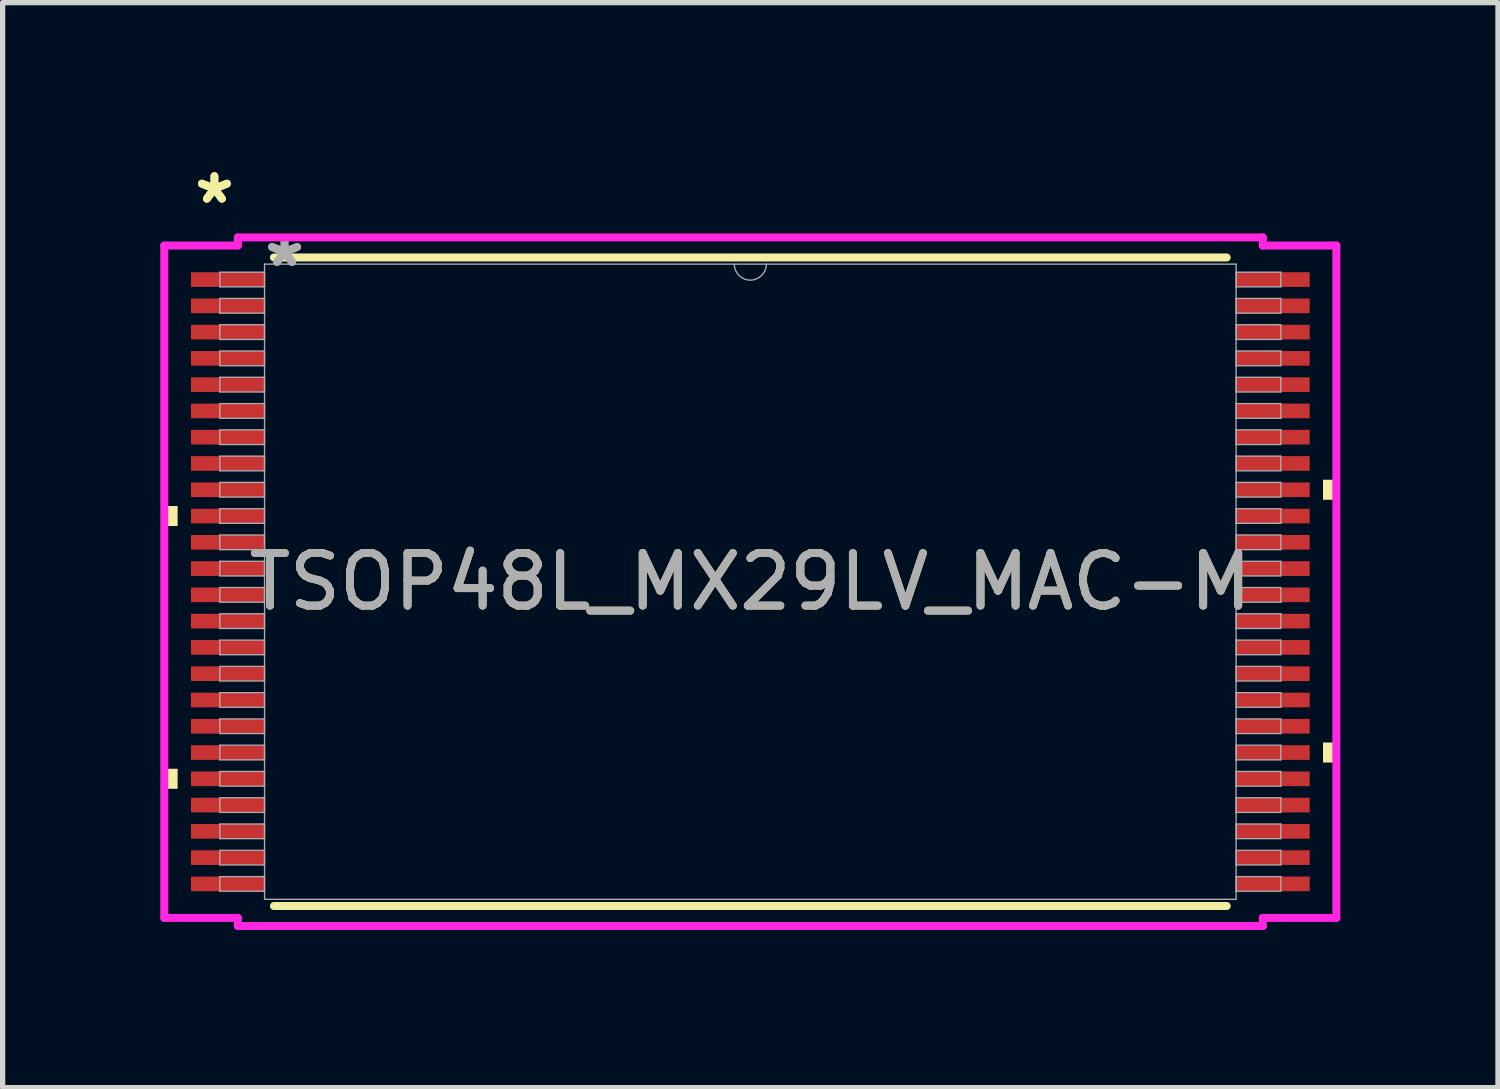
<source format=kicad_pcb>
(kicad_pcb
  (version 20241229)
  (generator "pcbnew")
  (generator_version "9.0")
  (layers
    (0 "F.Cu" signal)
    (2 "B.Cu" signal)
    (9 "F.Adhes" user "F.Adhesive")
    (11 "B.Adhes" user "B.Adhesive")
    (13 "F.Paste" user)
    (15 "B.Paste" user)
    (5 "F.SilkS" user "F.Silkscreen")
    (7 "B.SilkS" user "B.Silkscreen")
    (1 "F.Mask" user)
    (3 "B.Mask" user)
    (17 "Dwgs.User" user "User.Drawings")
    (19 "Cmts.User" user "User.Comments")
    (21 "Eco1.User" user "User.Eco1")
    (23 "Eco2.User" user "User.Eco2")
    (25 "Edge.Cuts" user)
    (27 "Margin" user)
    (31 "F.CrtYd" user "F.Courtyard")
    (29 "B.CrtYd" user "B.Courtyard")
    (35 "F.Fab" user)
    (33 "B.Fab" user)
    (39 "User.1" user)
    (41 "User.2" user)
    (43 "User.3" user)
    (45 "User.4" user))
  (footprint "TSOP48L_MX29LV_MAC-M"
    (layer "F.Cu")
    (at 11.231 8.022)
    (property "Reference" "TSOP48L_MX29LV_MAC-M" (at 0 0 0) (unlocked yes) (layer "F.SilkS") (effects (font (size 1 1) (thickness 0.15))))
    (attr smd)
    (fp_line (start -9.067 6.172) (end 9.067 6.172) (stroke (width 0.152) (type solid)) (layer "F.SilkS"))
    (fp_line (start 9.067 -6.172) (end -9.067 -6.172) (stroke (width 0.152) (type solid)) (layer "F.SilkS"))
    (fp_poly (pts (xy -11.154 -1.441) (xy -11.154 -1.06) (xy -10.9 -1.06) (xy -10.9 -1.441)) (stroke (width 0) (type solid)) (fill yes) (layer "F.SilkS"))
    (fp_poly (pts (xy -11.154 3.56) (xy -11.154 3.941) (xy -10.9 3.941) (xy -10.9 3.56)) (stroke (width 0) (type solid)) (fill yes) (layer "F.SilkS"))
    (fp_poly (pts (xy 11.154 -1.941) (xy 11.154 -1.56) (xy 10.9 -1.56) (xy 10.9 -1.941)) (stroke (width 0) (type solid)) (fill yes) (layer "F.SilkS"))
    (fp_poly (pts (xy 11.154 3.06) (xy 11.154 3.441) (xy 10.9 3.441) (xy 10.9 3.06)) (stroke (width 0) (type solid)) (fill yes) (layer "F.SilkS"))
    (fp_line (start -11.154 -6.399) (end -9.754 -6.399) (stroke (width 0.152) (type solid)) (layer "F.CrtYd"))
    (fp_line (start -11.154 6.399) (end -11.154 -6.399) (stroke (width 0.152) (type solid)) (layer "F.CrtYd"))
    (fp_line (start -11.154 6.399) (end -9.754 6.399) (stroke (width 0.152) (type solid)) (layer "F.CrtYd"))
    (fp_line (start -9.754 -6.553) (end 9.754 -6.553) (stroke (width 0.152) (type solid)) (layer "F.CrtYd"))
    (fp_line (start -9.754 -6.399) (end -9.754 -6.553) (stroke (width 0.152) (type solid)) (layer "F.CrtYd"))
    (fp_line (start -9.754 6.553) (end -9.754 6.399) (stroke (width 0.152) (type solid)) (layer "F.CrtYd"))
    (fp_line (start 9.754 -6.553) (end 9.754 -6.399) (stroke (width 0.152) (type solid)) (layer "F.CrtYd"))
    (fp_line (start 9.754 6.399) (end 9.754 6.553) (stroke (width 0.152) (type solid)) (layer "F.CrtYd"))
    (fp_line (start 9.754 6.553) (end -9.754 6.553) (stroke (width 0.152) (type solid)) (layer "F.CrtYd"))
    (fp_line (start 11.154 -6.399) (end 9.754 -6.399) (stroke (width 0.152) (type solid)) (layer "F.CrtYd"))
    (fp_line (start 11.154 -6.399) (end 11.154 6.399) (stroke (width 0.152) (type solid)) (layer "F.CrtYd"))
    (fp_line (start 11.154 6.399) (end 9.754 6.399) (stroke (width 0.152) (type solid)) (layer "F.CrtYd"))
    (fp_line (start -10.097 -5.891) (end -10.097 -5.612) (stroke (width 0.025) (type solid)) (layer "F.Fab"))
    (fp_line (start -10.097 -5.612) (end -9.246 -5.612) (stroke (width 0.025) (type solid)) (layer "F.Fab"))
    (fp_line (start -10.097 -5.391) (end -10.097 -5.112) (stroke (width 0.025) (type solid)) (layer "F.Fab"))
    (fp_line (start -10.097 -5.112) (end -9.246 -5.112) (stroke (width 0.025) (type solid)) (layer "F.Fab"))
    (fp_line (start -10.097 -4.891) (end -10.097 -4.611) (stroke (width 0.025) (type solid)) (layer "F.Fab"))
    (fp_line (start -10.097 -4.611) (end -9.246 -4.611) (stroke (width 0.025) (type solid)) (layer "F.Fab"))
    (fp_line (start -10.097 -4.391) (end -10.097 -4.111) (stroke (width 0.025) (type solid)) (layer "F.Fab"))
    (fp_line (start -10.097 -4.111) (end -9.246 -4.111) (stroke (width 0.025) (type solid)) (layer "F.Fab"))
    (fp_line (start -10.097 -3.891) (end -10.097 -3.611) (stroke (width 0.025) (type solid)) (layer "F.Fab"))
    (fp_line (start -10.097 -3.611) (end -9.246 -3.611) (stroke (width 0.025) (type solid)) (layer "F.Fab"))
    (fp_line (start -10.097 -3.391) (end -10.097 -3.111) (stroke (width 0.025) (type solid)) (layer "F.Fab"))
    (fp_line (start -10.097 -3.111) (end -9.246 -3.111) (stroke (width 0.025) (type solid)) (layer "F.Fab"))
    (fp_line (start -10.097 -2.89) (end -10.097 -2.611) (stroke (width 0.025) (type solid)) (layer "F.Fab"))
    (fp_line (start -10.097 -2.611) (end -9.246 -2.611) (stroke (width 0.025) (type solid)) (layer "F.Fab"))
    (fp_line (start -10.097 -2.39) (end -10.097 -2.111) (stroke (width 0.025) (type solid)) (layer "F.Fab"))
    (fp_line (start -10.097 -2.111) (end -9.246 -2.111) (stroke (width 0.025) (type solid)) (layer "F.Fab"))
    (fp_line (start -10.097 -1.89) (end -10.097 -1.611) (stroke (width 0.025) (type solid)) (layer "F.Fab"))
    (fp_line (start -10.097 -1.611) (end -9.246 -1.611) (stroke (width 0.025) (type solid)) (layer "F.Fab"))
    (fp_line (start -10.097 -1.39) (end -10.097 -1.111) (stroke (width 0.025) (type solid)) (layer "F.Fab"))
    (fp_line (start -10.097 -1.111) (end -9.246 -1.111) (stroke (width 0.025) (type solid)) (layer "F.Fab"))
    (fp_line (start -10.097 -0.89) (end -10.097 -0.61) (stroke (width 0.025) (type solid)) (layer "F.Fab"))
    (fp_line (start -10.097 -0.61) (end -9.246 -0.61) (stroke (width 0.025) (type solid)) (layer "F.Fab"))
    (fp_line (start -10.097 -0.39) (end -10.097 -0.11) (stroke (width 0.025) (type solid)) (layer "F.Fab"))
    (fp_line (start -10.097 -0.11) (end -9.246 -0.11) (stroke (width 0.025) (type solid)) (layer "F.Fab"))
    (fp_line (start -10.097 0.11) (end -10.097 0.39) (stroke (width 0.025) (type solid)) (layer "F.Fab"))
    (fp_line (start -10.097 0.39) (end -9.246 0.39) (stroke (width 0.025) (type solid)) (layer "F.Fab"))
    (fp_line (start -10.097 0.61) (end -10.097 0.89) (stroke (width 0.025) (type solid)) (layer "F.Fab"))
    (fp_line (start -10.097 0.89) (end -9.246 0.89) (stroke (width 0.025) (type solid)) (layer "F.Fab"))
    (fp_line (start -10.097 1.111) (end -10.097 1.39) (stroke (width 0.025) (type solid)) (layer "F.Fab"))
    (fp_line (start -10.097 1.39) (end -9.246 1.39) (stroke (width 0.025) (type solid)) (layer "F.Fab"))
    (fp_line (start -10.097 1.611) (end -10.097 1.89) (stroke (width 0.025) (type solid)) (layer "F.Fab"))
    (fp_line (start -10.097 1.89) (end -9.246 1.89) (stroke (width 0.025) (type solid)) (layer "F.Fab"))
    (fp_line (start -10.097 2.111) (end -10.097 2.39) (stroke (width 0.025) (type solid)) (layer "F.Fab"))
    (fp_line (start -10.097 2.39) (end -9.246 2.39) (stroke (width 0.025) (type solid)) (layer "F.Fab"))
    (fp_line (start -10.097 2.611) (end -10.097 2.89) (stroke (width 0.025) (type solid)) (layer "F.Fab"))
    (fp_line (start -10.097 2.89) (end -9.246 2.89) (stroke (width 0.025) (type solid)) (layer "F.Fab"))
    (fp_line (start -10.097 3.111) (end -10.097 3.391) (stroke (width 0.025) (type solid)) (layer "F.Fab"))
    (fp_line (start -10.097 3.391) (end -9.246 3.391) (stroke (width 0.025) (type solid)) (layer "F.Fab"))
    (fp_line (start -10.097 3.611) (end -10.097 3.891) (stroke (width 0.025) (type solid)) (layer "F.Fab"))
    (fp_line (start -10.097 3.891) (end -9.246 3.891) (stroke (width 0.025) (type solid)) (layer "F.Fab"))
    (fp_line (start -10.097 4.111) (end -10.097 4.391) (stroke (width 0.025) (type solid)) (layer "F.Fab"))
    (fp_line (start -10.097 4.391) (end -9.246 4.391) (stroke (width 0.025) (type solid)) (layer "F.Fab"))
    (fp_line (start -10.097 4.611) (end -10.097 4.891) (stroke (width 0.025) (type solid)) (layer "F.Fab"))
    (fp_line (start -10.097 4.891) (end -9.246 4.891) (stroke (width 0.025) (type solid)) (layer "F.Fab"))
    (fp_line (start -10.097 5.112) (end -10.097 5.391) (stroke (width 0.025) (type solid)) (layer "F.Fab"))
    (fp_line (start -10.097 5.391) (end -9.246 5.391) (stroke (width 0.025) (type solid)) (layer "F.Fab"))
    (fp_line (start -10.097 5.612) (end -10.097 5.891) (stroke (width 0.025) (type solid)) (layer "F.Fab"))
    (fp_line (start -10.097 5.891) (end -9.246 5.891) (stroke (width 0.025) (type solid)) (layer "F.Fab"))
    (fp_line (start -9.246 -6.045) (end -9.246 6.045) (stroke (width 0.025) (type solid)) (layer "F.Fab"))
    (fp_line (start -9.246 -5.891) (end -10.097 -5.891) (stroke (width 0.025) (type solid)) (layer "F.Fab"))
    (fp_line (start -9.246 -5.612) (end -9.246 -5.891) (stroke (width 0.025) (type solid)) (layer "F.Fab"))
    (fp_line (start -9.246 -5.391) (end -10.097 -5.391) (stroke (width 0.025) (type solid)) (layer "F.Fab"))
    (fp_line (start -9.246 -5.112) (end -9.246 -5.391) (stroke (width 0.025) (type solid)) (layer "F.Fab"))
    (fp_line (start -9.246 -4.891) (end -10.097 -4.891) (stroke (width 0.025) (type solid)) (layer "F.Fab"))
    (fp_line (start -9.246 -4.611) (end -9.246 -4.891) (stroke (width 0.025) (type solid)) (layer "F.Fab"))
    (fp_line (start -9.246 -4.391) (end -10.097 -4.391) (stroke (width 0.025) (type solid)) (layer "F.Fab"))
    (fp_line (start -9.246 -4.111) (end -9.246 -4.391) (stroke (width 0.025) (type solid)) (layer "F.Fab"))
    (fp_line (start -9.246 -3.891) (end -10.097 -3.891) (stroke (width 0.025) (type solid)) (layer "F.Fab"))
    (fp_line (start -9.246 -3.611) (end -9.246 -3.891) (stroke (width 0.025) (type solid)) (layer "F.Fab"))
    (fp_line (start -9.246 -3.391) (end -10.097 -3.391) (stroke (width 0.025) (type solid)) (layer "F.Fab"))
    (fp_line (start -9.246 -3.111) (end -9.246 -3.391) (stroke (width 0.025) (type solid)) (layer "F.Fab"))
    (fp_line (start -9.246 -2.89) (end -10.097 -2.89) (stroke (width 0.025) (type solid)) (layer "F.Fab"))
    (fp_line (start -9.246 -2.611) (end -9.246 -2.89) (stroke (width 0.025) (type solid)) (layer "F.Fab"))
    (fp_line (start -9.246 -2.39) (end -10.097 -2.39) (stroke (width 0.025) (type solid)) (layer "F.Fab"))
    (fp_line (start -9.246 -2.111) (end -9.246 -2.39) (stroke (width 0.025) (type solid)) (layer "F.Fab"))
    (fp_line (start -9.246 -1.89) (end -10.097 -1.89) (stroke (width 0.025) (type solid)) (layer "F.Fab"))
    (fp_line (start -9.246 -1.611) (end -9.246 -1.89) (stroke (width 0.025) (type solid)) (layer "F.Fab"))
    (fp_line (start -9.246 -1.39) (end -10.097 -1.39) (stroke (width 0.025) (type solid)) (layer "F.Fab"))
    (fp_line (start -9.246 -1.111) (end -9.246 -1.39) (stroke (width 0.025) (type solid)) (layer "F.Fab"))
    (fp_line (start -9.246 -0.89) (end -10.097 -0.89) (stroke (width 0.025) (type solid)) (layer "F.Fab"))
    (fp_line (start -9.246 -0.61) (end -9.246 -0.89) (stroke (width 0.025) (type solid)) (layer "F.Fab"))
    (fp_line (start -9.246 -0.39) (end -10.097 -0.39) (stroke (width 0.025) (type solid)) (layer "F.Fab"))
    (fp_line (start -9.246 -0.11) (end -9.246 -0.39) (stroke (width 0.025) (type solid)) (layer "F.Fab"))
    (fp_line (start -9.246 0.11) (end -10.097 0.11) (stroke (width 0.025) (type solid)) (layer "F.Fab"))
    (fp_line (start -9.246 0.39) (end -9.246 0.11) (stroke (width 0.025) (type solid)) (layer "F.Fab"))
    (fp_line (start -9.246 0.61) (end -10.097 0.61) (stroke (width 0.025) (type solid)) (layer "F.Fab"))
    (fp_line (start -9.246 0.89) (end -9.246 0.61) (stroke (width 0.025) (type solid)) (layer "F.Fab"))
    (fp_line (start -9.246 1.111) (end -10.097 1.111) (stroke (width 0.025) (type solid)) (layer "F.Fab"))
    (fp_line (start -9.246 1.39) (end -9.246 1.111) (stroke (width 0.025) (type solid)) (layer "F.Fab"))
    (fp_line (start -9.246 1.611) (end -10.097 1.611) (stroke (width 0.025) (type solid)) (layer "F.Fab"))
    (fp_line (start -9.246 1.89) (end -9.246 1.611) (stroke (width 0.025) (type solid)) (layer "F.Fab"))
    (fp_line (start -9.246 2.111) (end -10.097 2.111) (stroke (width 0.025) (type solid)) (layer "F.Fab"))
    (fp_line (start -9.246 2.39) (end -9.246 2.111) (stroke (width 0.025) (type solid)) (layer "F.Fab"))
    (fp_line (start -9.246 2.611) (end -10.097 2.611) (stroke (width 0.025) (type solid)) (layer "F.Fab"))
    (fp_line (start -9.246 2.89) (end -9.246 2.611) (stroke (width 0.025) (type solid)) (layer "F.Fab"))
    (fp_line (start -9.246 3.111) (end -10.097 3.111) (stroke (width 0.025) (type solid)) (layer "F.Fab"))
    (fp_line (start -9.246 3.391) (end -9.246 3.111) (stroke (width 0.025) (type solid)) (layer "F.Fab"))
    (fp_line (start -9.246 3.611) (end -10.097 3.611) (stroke (width 0.025) (type solid)) (layer "F.Fab"))
    (fp_line (start -9.246 3.891) (end -9.246 3.611) (stroke (width 0.025) (type solid)) (layer "F.Fab"))
    (fp_line (start -9.246 4.111) (end -10.097 4.111) (stroke (width 0.025) (type solid)) (layer "F.Fab"))
    (fp_line (start -9.246 4.391) (end -9.246 4.111) (stroke (width 0.025) (type solid)) (layer "F.Fab"))
    (fp_line (start -9.246 4.611) (end -10.097 4.611) (stroke (width 0.025) (type solid)) (layer "F.Fab"))
    (fp_line (start -9.246 4.891) (end -9.246 4.611) (stroke (width 0.025) (type solid)) (layer "F.Fab"))
    (fp_line (start -9.246 5.112) (end -10.097 5.112) (stroke (width 0.025) (type solid)) (layer "F.Fab"))
    (fp_line (start -9.246 5.391) (end -9.246 5.112) (stroke (width 0.025) (type solid)) (layer "F.Fab"))
    (fp_line (start -9.246 5.612) (end -10.097 5.612) (stroke (width 0.025) (type solid)) (layer "F.Fab"))
    (fp_line (start -9.246 5.891) (end -9.246 5.612) (stroke (width 0.025) (type solid)) (layer "F.Fab"))
    (fp_line (start -9.246 6.045) (end 9.246 6.045) (stroke (width 0.025) (type solid)) (layer "F.Fab"))
    (fp_line (start 9.246 -6.045) (end -9.246 -6.045) (stroke (width 0.025) (type solid)) (layer "F.Fab"))
    (fp_line (start 9.246 -5.891) (end 9.246 -5.612) (stroke (width 0.025) (type solid)) (layer "F.Fab"))
    (fp_line (start 9.246 -5.612) (end 10.097 -5.612) (stroke (width 0.025) (type solid)) (layer "F.Fab"))
    (fp_line (start 9.246 -5.391) (end 9.246 -5.112) (stroke (width 0.025) (type solid)) (layer "F.Fab"))
    (fp_line (start 9.246 -5.112) (end 10.097 -5.112) (stroke (width 0.025) (type solid)) (layer "F.Fab"))
    (fp_line (start 9.246 -4.891) (end 9.246 -4.611) (stroke (width 0.025) (type solid)) (layer "F.Fab"))
    (fp_line (start 9.246 -4.611) (end 10.097 -4.611) (stroke (width 0.025) (type solid)) (layer "F.Fab"))
    (fp_line (start 9.246 -4.391) (end 9.246 -4.111) (stroke (width 0.025) (type solid)) (layer "F.Fab"))
    (fp_line (start 9.246 -4.111) (end 10.097 -4.111) (stroke (width 0.025) (type solid)) (layer "F.Fab"))
    (fp_line (start 9.246 -3.891) (end 9.246 -3.611) (stroke (width 0.025) (type solid)) (layer "F.Fab"))
    (fp_line (start 9.246 -3.611) (end 10.097 -3.611) (stroke (width 0.025) (type solid)) (layer "F.Fab"))
    (fp_line (start 9.246 -3.391) (end 9.246 -3.111) (stroke (width 0.025) (type solid)) (layer "F.Fab"))
    (fp_line (start 9.246 -3.111) (end 10.097 -3.111) (stroke (width 0.025) (type solid)) (layer "F.Fab"))
    (fp_line (start 9.246 -2.89) (end 9.246 -2.611) (stroke (width 0.025) (type solid)) (layer "F.Fab"))
    (fp_line (start 9.246 -2.611) (end 10.097 -2.611) (stroke (width 0.025) (type solid)) (layer "F.Fab"))
    (fp_line (start 9.246 -2.39) (end 9.246 -2.111) (stroke (width 0.025) (type solid)) (layer "F.Fab"))
    (fp_line (start 9.246 -2.111) (end 10.097 -2.111) (stroke (width 0.025) (type solid)) (layer "F.Fab"))
    (fp_line (start 9.246 -1.89) (end 9.246 -1.611) (stroke (width 0.025) (type solid)) (layer "F.Fab"))
    (fp_line (start 9.246 -1.611) (end 10.097 -1.611) (stroke (width 0.025) (type solid)) (layer "F.Fab"))
    (fp_line (start 9.246 -1.39) (end 9.246 -1.111) (stroke (width 0.025) (type solid)) (layer "F.Fab"))
    (fp_line (start 9.246 -1.111) (end 10.097 -1.111) (stroke (width 0.025) (type solid)) (layer "F.Fab"))
    (fp_line (start 9.246 -0.89) (end 9.246 -0.61) (stroke (width 0.025) (type solid)) (layer "F.Fab"))
    (fp_line (start 9.246 -0.61) (end 10.097 -0.61) (stroke (width 0.025) (type solid)) (layer "F.Fab"))
    (fp_line (start 9.246 -0.39) (end 9.246 -0.11) (stroke (width 0.025) (type solid)) (layer "F.Fab"))
    (fp_line (start 9.246 -0.11) (end 10.097 -0.11) (stroke (width 0.025) (type solid)) (layer "F.Fab"))
    (fp_line (start 9.246 0.11) (end 9.246 0.39) (stroke (width 0.025) (type solid)) (layer "F.Fab"))
    (fp_line (start 9.246 0.39) (end 10.097 0.39) (stroke (width 0.025) (type solid)) (layer "F.Fab"))
    (fp_line (start 9.246 0.61) (end 9.246 0.89) (stroke (width 0.025) (type solid)) (layer "F.Fab"))
    (fp_line (start 9.246 0.89) (end 10.097 0.89) (stroke (width 0.025) (type solid)) (layer "F.Fab"))
    (fp_line (start 9.246 1.111) (end 9.246 1.39) (stroke (width 0.025) (type solid)) (layer "F.Fab"))
    (fp_line (start 9.246 1.39) (end 10.097 1.39) (stroke (width 0.025) (type solid)) (layer "F.Fab"))
    (fp_line (start 9.246 1.611) (end 9.246 1.89) (stroke (width 0.025) (type solid)) (layer "F.Fab"))
    (fp_line (start 9.246 1.89) (end 10.097 1.89) (stroke (width 0.025) (type solid)) (layer "F.Fab"))
    (fp_line (start 9.246 2.111) (end 9.246 2.39) (stroke (width 0.025) (type solid)) (layer "F.Fab"))
    (fp_line (start 9.246 2.39) (end 10.097 2.39) (stroke (width 0.025) (type solid)) (layer "F.Fab"))
    (fp_line (start 9.246 2.611) (end 9.246 2.89) (stroke (width 0.025) (type solid)) (layer "F.Fab"))
    (fp_line (start 9.246 2.89) (end 10.097 2.89) (stroke (width 0.025) (type solid)) (layer "F.Fab"))
    (fp_line (start 9.246 3.111) (end 9.246 3.391) (stroke (width 0.025) (type solid)) (layer "F.Fab"))
    (fp_line (start 9.246 3.391) (end 10.097 3.391) (stroke (width 0.025) (type solid)) (layer "F.Fab"))
    (fp_line (start 9.246 3.611) (end 9.246 3.891) (stroke (width 0.025) (type solid)) (layer "F.Fab"))
    (fp_line (start 9.246 3.891) (end 10.097 3.891) (stroke (width 0.025) (type solid)) (layer "F.Fab"))
    (fp_line (start 9.246 4.111) (end 9.246 4.391) (stroke (width 0.025) (type solid)) (layer "F.Fab"))
    (fp_line (start 9.246 4.391) (end 10.097 4.391) (stroke (width 0.025) (type solid)) (layer "F.Fab"))
    (fp_line (start 9.246 4.611) (end 9.246 4.891) (stroke (width 0.025) (type solid)) (layer "F.Fab"))
    (fp_line (start 9.246 4.891) (end 10.097 4.891) (stroke (width 0.025) (type solid)) (layer "F.Fab"))
    (fp_line (start 9.246 5.112) (end 9.246 5.391) (stroke (width 0.025) (type solid)) (layer "F.Fab"))
    (fp_line (start 9.246 5.391) (end 10.097 5.391) (stroke (width 0.025) (type solid)) (layer "F.Fab"))
    (fp_line (start 9.246 5.612) (end 9.246 5.891) (stroke (width 0.025) (type solid)) (layer "F.Fab"))
    (fp_line (start 9.246 5.891) (end 10.097 5.891) (stroke (width 0.025) (type solid)) (layer "F.Fab"))
    (fp_line (start 9.246 6.045) (end 9.246 -6.045) (stroke (width 0.025) (type solid)) (layer "F.Fab"))
    (fp_line (start 10.097 -5.891) (end 9.246 -5.891) (stroke (width 0.025) (type solid)) (layer "F.Fab"))
    (fp_line (start 10.097 -5.612) (end 10.097 -5.891) (stroke (width 0.025) (type solid)) (layer "F.Fab"))
    (fp_line (start 10.097 -5.391) (end 9.246 -5.391) (stroke (width 0.025) (type solid)) (layer "F.Fab"))
    (fp_line (start 10.097 -5.112) (end 10.097 -5.391) (stroke (width 0.025) (type solid)) (layer "F.Fab"))
    (fp_line (start 10.097 -4.891) (end 9.246 -4.891) (stroke (width 0.025) (type solid)) (layer "F.Fab"))
    (fp_line (start 10.097 -4.611) (end 10.097 -4.891) (stroke (width 0.025) (type solid)) (layer "F.Fab"))
    (fp_line (start 10.097 -4.391) (end 9.246 -4.391) (stroke (width 0.025) (type solid)) (layer "F.Fab"))
    (fp_line (start 10.097 -4.111) (end 10.097 -4.391) (stroke (width 0.025) (type solid)) (layer "F.Fab"))
    (fp_line (start 10.097 -3.891) (end 9.246 -3.891) (stroke (width 0.025) (type solid)) (layer "F.Fab"))
    (fp_line (start 10.097 -3.611) (end 10.097 -3.891) (stroke (width 0.025) (type solid)) (layer "F.Fab"))
    (fp_line (start 10.097 -3.391) (end 9.246 -3.391) (stroke (width 0.025) (type solid)) (layer "F.Fab"))
    (fp_line (start 10.097 -3.111) (end 10.097 -3.391) (stroke (width 0.025) (type solid)) (layer "F.Fab"))
    (fp_line (start 10.097 -2.89) (end 9.246 -2.89) (stroke (width 0.025) (type solid)) (layer "F.Fab"))
    (fp_line (start 10.097 -2.611) (end 10.097 -2.89) (stroke (width 0.025) (type solid)) (layer "F.Fab"))
    (fp_line (start 10.097 -2.39) (end 9.246 -2.39) (stroke (width 0.025) (type solid)) (layer "F.Fab"))
    (fp_line (start 10.097 -2.111) (end 10.097 -2.39) (stroke (width 0.025) (type solid)) (layer "F.Fab"))
    (fp_line (start 10.097 -1.89) (end 9.246 -1.89) (stroke (width 0.025) (type solid)) (layer "F.Fab"))
    (fp_line (start 10.097 -1.611) (end 10.097 -1.89) (stroke (width 0.025) (type solid)) (layer "F.Fab"))
    (fp_line (start 10.097 -1.39) (end 9.246 -1.39) (stroke (width 0.025) (type solid)) (layer "F.Fab"))
    (fp_line (start 10.097 -1.111) (end 10.097 -1.39) (stroke (width 0.025) (type solid)) (layer "F.Fab"))
    (fp_line (start 10.097 -0.89) (end 9.246 -0.89) (stroke (width 0.025) (type solid)) (layer "F.Fab"))
    (fp_line (start 10.097 -0.61) (end 10.097 -0.89) (stroke (width 0.025) (type solid)) (layer "F.Fab"))
    (fp_line (start 10.097 -0.39) (end 9.246 -0.39) (stroke (width 0.025) (type solid)) (layer "F.Fab"))
    (fp_line (start 10.097 -0.11) (end 10.097 -0.39) (stroke (width 0.025) (type solid)) (layer "F.Fab"))
    (fp_line (start 10.097 0.11) (end 9.246 0.11) (stroke (width 0.025) (type solid)) (layer "F.Fab"))
    (fp_line (start 10.097 0.39) (end 10.097 0.11) (stroke (width 0.025) (type solid)) (layer "F.Fab"))
    (fp_line (start 10.097 0.61) (end 9.246 0.61) (stroke (width 0.025) (type solid)) (layer "F.Fab"))
    (fp_line (start 10.097 0.89) (end 10.097 0.61) (stroke (width 0.025) (type solid)) (layer "F.Fab"))
    (fp_line (start 10.097 1.111) (end 9.246 1.111) (stroke (width 0.025) (type solid)) (layer "F.Fab"))
    (fp_line (start 10.097 1.39) (end 10.097 1.111) (stroke (width 0.025) (type solid)) (layer "F.Fab"))
    (fp_line (start 10.097 1.611) (end 9.246 1.611) (stroke (width 0.025) (type solid)) (layer "F.Fab"))
    (fp_line (start 10.097 1.89) (end 10.097 1.611) (stroke (width 0.025) (type solid)) (layer "F.Fab"))
    (fp_line (start 10.097 2.111) (end 9.246 2.111) (stroke (width 0.025) (type solid)) (layer "F.Fab"))
    (fp_line (start 10.097 2.39) (end 10.097 2.111) (stroke (width 0.025) (type solid)) (layer "F.Fab"))
    (fp_line (start 10.097 2.611) (end 9.246 2.611) (stroke (width 0.025) (type solid)) (layer "F.Fab"))
    (fp_line (start 10.097 2.89) (end 10.097 2.611) (stroke (width 0.025) (type solid)) (layer "F.Fab"))
    (fp_line (start 10.097 3.111) (end 9.246 3.111) (stroke (width 0.025) (type solid)) (layer "F.Fab"))
    (fp_line (start 10.097 3.391) (end 10.097 3.111) (stroke (width 0.025) (type solid)) (layer "F.Fab"))
    (fp_line (start 10.097 3.611) (end 9.246 3.611) (stroke (width 0.025) (type solid)) (layer "F.Fab"))
    (fp_line (start 10.097 3.891) (end 10.097 3.611) (stroke (width 0.025) (type solid)) (layer "F.Fab"))
    (fp_line (start 10.097 4.111) (end 9.246 4.111) (stroke (width 0.025) (type solid)) (layer "F.Fab"))
    (fp_line (start 10.097 4.391) (end 10.097 4.111) (stroke (width 0.025) (type solid)) (layer "F.Fab"))
    (fp_line (start 10.097 4.611) (end 9.246 4.611) (stroke (width 0.025) (type solid)) (layer "F.Fab"))
    (fp_line (start 10.097 4.891) (end 10.097 4.611) (stroke (width 0.025) (type solid)) (layer "F.Fab"))
    (fp_line (start 10.097 5.112) (end 9.246 5.112) (stroke (width 0.025) (type solid)) (layer "F.Fab"))
    (fp_line (start 10.097 5.391) (end 10.097 5.112) (stroke (width 0.025) (type solid)) (layer "F.Fab"))
    (fp_line (start 10.097 5.612) (end 9.246 5.612) (stroke (width 0.025) (type solid)) (layer "F.Fab"))
    (fp_line (start 10.097 5.891) (end 10.097 5.612) (stroke (width 0.025) (type solid)) (layer "F.Fab"))
    (fp_arc (start 0.3048 -6.0452) (mid 0 -5.7404) (end -0.3048 -6.0452) (stroke (width 0.0254) (type solid)) (layer "F.Fab"))
    (fp_text user "*" (at -10.2 -7.174 0) (layer "F.SilkS") (effects (font (size 1 1) (thickness 0.15))))
    (fp_text user "*" (at -10.2 -7.174 0) (unlocked yes) (layer "F.SilkS") (effects (font (size 1 1) (thickness 0.15))))
    (fp_text user "*" (at -8.865 -5.969 0) (layer "F.Fab") (effects (font (size 1 1) (thickness 0.15))))
    (fp_text user "*" (at -8.865 -5.969 0) (unlocked yes) (layer "F.Fab") (effects (font (size 1 1) (thickness 0.15))))
    (fp_text user "${REFERENCE}" (at 0 0 0) (unlocked yes) (layer "F.Fab") (effects (font (size 1 1) (thickness 0.15))))
    (pad "1" smd rect (at -9.946 -5.751) (size 1.401 0.279) (layers "F.Cu" "F.Mask" "F.Paste"))
    (pad "2" smd rect (at -9.946 -5.251) (size 1.401 0.279) (layers "F.Cu" "F.Mask" "F.Paste"))
    (pad "3" smd rect (at -9.946 -4.751) (size 1.401 0.279) (layers "F.Cu" "F.Mask" "F.Paste"))
    (pad "4" smd rect (at -9.946 -4.251) (size 1.401 0.279) (layers "F.Cu" "F.Mask" "F.Paste"))
    (pad "5" smd rect (at -9.946 -3.751) (size 1.401 0.279) (layers "F.Cu" "F.Mask" "F.Paste"))
    (pad "6" smd rect (at -9.946 -3.251) (size 1.401 0.279) (layers "F.Cu" "F.Mask" "F.Paste"))
    (pad "7" smd rect (at -9.946 -2.751) (size 1.401 0.279) (layers "F.Cu" "F.Mask" "F.Paste"))
    (pad "8" smd rect (at -9.946 -2.251) (size 1.401 0.279) (layers "F.Cu" "F.Mask" "F.Paste"))
    (pad "9" smd rect (at -9.946 -1.75) (size 1.401 0.279) (layers "F.Cu" "F.Mask" "F.Paste"))
    (pad "10" smd rect (at -9.946 -1.25) (size 1.401 0.279) (layers "F.Cu" "F.Mask" "F.Paste"))
    (pad "11" smd rect (at -9.946 -0.75) (size 1.401 0.279) (layers "F.Cu" "F.Mask" "F.Paste"))
    (pad "12" smd rect (at -9.946 -0.25) (size 1.401 0.279) (layers "F.Cu" "F.Mask" "F.Paste"))
    (pad "13" smd rect (at -9.946 0.25) (size 1.401 0.279) (layers "F.Cu" "F.Mask" "F.Paste"))
    (pad "14" smd rect (at -9.946 0.75) (size 1.401 0.279) (layers "F.Cu" "F.Mask" "F.Paste"))
    (pad "15" smd rect (at -9.946 1.25) (size 1.401 0.279) (layers "F.Cu" "F.Mask" "F.Paste"))
    (pad "16" smd rect (at -9.946 1.75) (size 1.401 0.279) (layers "F.Cu" "F.Mask" "F.Paste"))
    (pad "17" smd rect (at -9.946 2.251) (size 1.401 0.279) (layers "F.Cu" "F.Mask" "F.Paste"))
    (pad "18" smd rect (at -9.946 2.751) (size 1.401 0.279) (layers "F.Cu" "F.Mask" "F.Paste"))
    (pad "19" smd rect (at -9.946 3.251) (size 1.401 0.279) (layers "F.Cu" "F.Mask" "F.Paste"))
    (pad "20" smd rect (at -9.946 3.751) (size 1.401 0.279) (layers "F.Cu" "F.Mask" "F.Paste"))
    (pad "21" smd rect (at -9.946 4.251) (size 1.401 0.279) (layers "F.Cu" "F.Mask" "F.Paste"))
    (pad "22" smd rect (at -9.946 4.751) (size 1.401 0.279) (layers "F.Cu" "F.Mask" "F.Paste"))
    (pad "23" smd rect (at -9.946 5.251) (size 1.401 0.279) (layers "F.Cu" "F.Mask" "F.Paste"))
    (pad "24" smd rect (at -9.946 5.751) (size 1.401 0.279) (layers "F.Cu" "F.Mask" "F.Paste"))
    (pad "25" smd rect (at 9.946 5.751) (size 1.401 0.279) (layers "F.Cu" "F.Mask" "F.Paste"))
    (pad "26" smd rect (at 9.946 5.251) (size 1.401 0.279) (layers "F.Cu" "F.Mask" "F.Paste"))
    (pad "27" smd rect (at 9.946 4.751) (size 1.401 0.279) (layers "F.Cu" "F.Mask" "F.Paste"))
    (pad "28" smd rect (at 9.946 4.251) (size 1.401 0.279) (layers "F.Cu" "F.Mask" "F.Paste"))
    (pad "29" smd rect (at 9.946 3.751) (size 1.401 0.279) (layers "F.Cu" "F.Mask" "F.Paste"))
    (pad "30" smd rect (at 9.946 3.251) (size 1.401 0.279) (layers "F.Cu" "F.Mask" "F.Paste"))
    (pad "31" smd rect (at 9.946 2.751) (size 1.401 0.279) (layers "F.Cu" "F.Mask" "F.Paste"))
    (pad "32" smd rect (at 9.946 2.251) (size 1.401 0.279) (layers "F.Cu" "F.Mask" "F.Paste"))
    (pad "33" smd rect (at 9.946 1.75) (size 1.401 0.279) (layers "F.Cu" "F.Mask" "F.Paste"))
    (pad "34" smd rect (at 9.946 1.25) (size 1.401 0.279) (layers "F.Cu" "F.Mask" "F.Paste"))
    (pad "35" smd rect (at 9.946 0.75) (size 1.401 0.279) (layers "F.Cu" "F.Mask" "F.Paste"))
    (pad "36" smd rect (at 9.946 0.25) (size 1.401 0.279) (layers "F.Cu" "F.Mask" "F.Paste"))
    (pad "37" smd rect (at 9.946 -0.25) (size 1.401 0.279) (layers "F.Cu" "F.Mask" "F.Paste"))
    (pad "38" smd rect (at 9.946 -0.75) (size 1.401 0.279) (layers "F.Cu" "F.Mask" "F.Paste"))
    (pad "39" smd rect (at 9.946 -1.25) (size 1.401 0.279) (layers "F.Cu" "F.Mask" "F.Paste"))
    (pad "40" smd rect (at 9.946 -1.75) (size 1.401 0.279) (layers "F.Cu" "F.Mask" "F.Paste"))
    (pad "41" smd rect (at 9.946 -2.251) (size 1.401 0.279) (layers "F.Cu" "F.Mask" "F.Paste"))
    (pad "42" smd rect (at 9.946 -2.751) (size 1.401 0.279) (layers "F.Cu" "F.Mask" "F.Paste"))
    (pad "43" smd rect (at 9.946 -3.251) (size 1.401 0.279) (layers "F.Cu" "F.Mask" "F.Paste"))
    (pad "44" smd rect (at 9.946 -3.751) (size 1.401 0.279) (layers "F.Cu" "F.Mask" "F.Paste"))
    (pad "45" smd rect (at 9.946 -4.251) (size 1.401 0.279) (layers "F.Cu" "F.Mask" "F.Paste"))
    (pad "46" smd rect (at 9.946 -4.751) (size 1.401 0.279) (layers "F.Cu" "F.Mask" "F.Paste"))
    (pad "47" smd rect (at 9.946 -5.251) (size 1.401 0.279) (layers "F.Cu" "F.Mask" "F.Paste"))
    (pad "48" smd rect (at 9.946 -5.751) (size 1.401 0.279) (layers "F.Cu" "F.Mask" "F.Paste")))
  (gr_rect
    (start -3 -3)
    (end 25.461 17.651)
    (stroke (width 0.1) (type default))
    (fill no)
    (layer "Edge.Cuts")))
</source>
